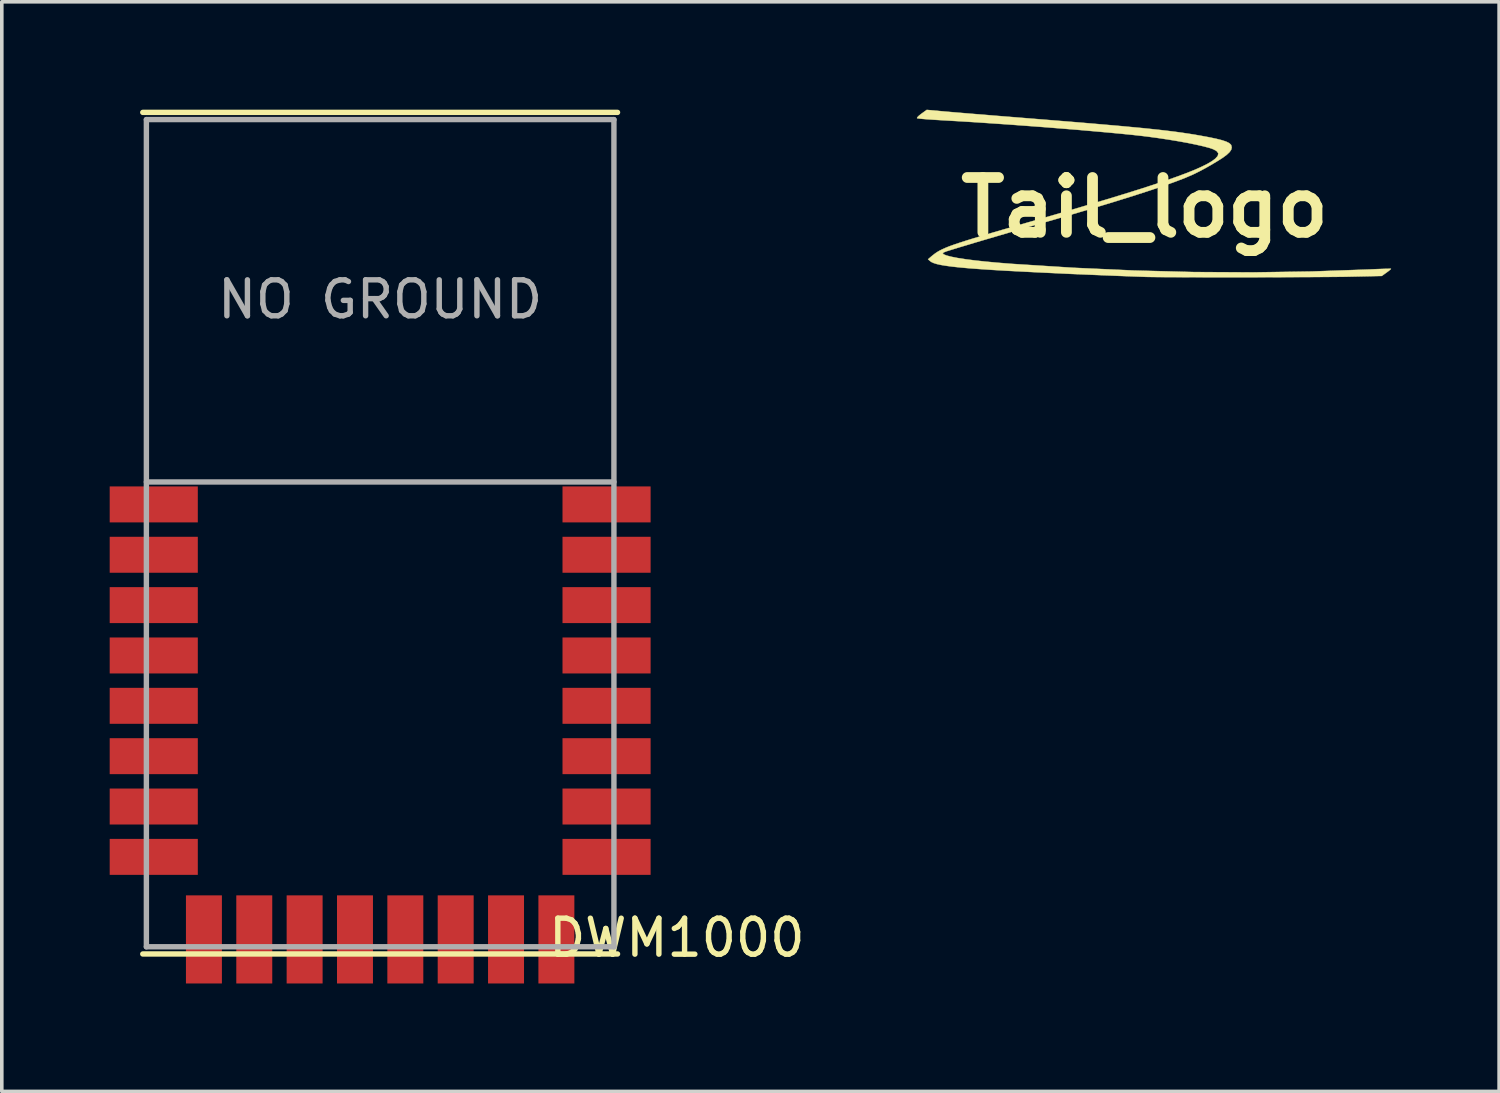
<source format=kicad_pcb>
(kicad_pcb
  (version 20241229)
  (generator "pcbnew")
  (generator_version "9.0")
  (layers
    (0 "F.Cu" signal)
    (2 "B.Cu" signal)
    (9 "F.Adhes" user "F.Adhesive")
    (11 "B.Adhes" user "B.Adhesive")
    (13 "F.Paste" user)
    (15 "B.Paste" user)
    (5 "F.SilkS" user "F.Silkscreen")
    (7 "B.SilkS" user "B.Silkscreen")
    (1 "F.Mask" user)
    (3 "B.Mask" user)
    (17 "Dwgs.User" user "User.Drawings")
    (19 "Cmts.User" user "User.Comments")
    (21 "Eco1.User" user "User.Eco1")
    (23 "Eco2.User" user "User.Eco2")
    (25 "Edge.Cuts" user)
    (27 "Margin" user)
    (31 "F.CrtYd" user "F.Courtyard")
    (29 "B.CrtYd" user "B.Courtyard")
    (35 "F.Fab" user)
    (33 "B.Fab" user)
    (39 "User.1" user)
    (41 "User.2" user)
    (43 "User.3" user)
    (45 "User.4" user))
  (footprint "DWM1000"
    (layer "F.Cu")
    (at 7.52 11.775)
    (property "Reference" "DWM1000" (at 8.25 11.25 0) (layer "F.SilkS") (effects (font (size 1 1) (thickness 0.15))))
    (attr through_hole)
    (fp_line (start -6.6 11.7) (end 6.6 11.7) (stroke (width 0.15) (type solid)) (layer "F.SilkS"))
    (fp_line (start 6.6 -11.7) (end -6.6 -11.7) (stroke (width 0.15) (type solid)) (layer "F.SilkS"))
    (fp_line (start -6.5 -11.5) (end 6.5 -11.5) (stroke (width 0.15) (type solid)) (layer "F.Fab"))
    (fp_line (start -6.5 -1.425) (end 6.5 -1.425) (stroke (width 0.15) (type solid)) (layer "F.Fab"))
    (fp_line (start -6.5 11.5) (end -6.5 -11.5) (stroke (width 0.15) (type solid)) (layer "F.Fab"))
    (fp_line (start 6.5 -11.5) (end 6.5 11.5) (stroke (width 0.15) (type solid)) (layer "F.Fab"))
    (fp_line (start 6.5 11.5) (end -6.5 11.5) (stroke (width 0.15) (type solid)) (layer "F.Fab"))
    (fp_text user "NO GROUND" (at 0 -6.5 0) (layer "F.Fab") (effects (font (size 1 1) (thickness 0.15))))
    (pad "1" smd rect (at -6.295 -0.8) (size 2.45 1) (layers "F.Cu" "F.Mask" "F.Paste"))
    (pad "2" smd rect (at -6.295 0.6) (size 2.45 1) (layers "F.Cu" "F.Mask" "F.Paste"))
    (pad "3" smd rect (at -6.295 2) (size 2.45 1) (layers "F.Cu" "F.Mask" "F.Paste"))
    (pad "4" smd rect (at -6.295 3.4) (size 2.45 1) (layers "F.Cu" "F.Mask" "F.Paste"))
    (pad "5" smd rect (at -6.295 4.8) (size 2.45 1) (layers "F.Cu" "F.Mask" "F.Paste"))
    (pad "6" smd rect (at -6.295 6.2) (size 2.45 1) (layers "F.Cu" "F.Mask" "F.Paste"))
    (pad "7" smd rect (at -6.295 7.6) (size 2.45 1) (layers "F.Cu" "F.Mask" "F.Paste"))
    (pad "8" smd rect (at -6.295 9) (size 2.45 1) (layers "F.Cu" "F.Mask" "F.Paste"))
    (pad "9" smd rect (at -4.9 11.295) (size 1 2.45) (layers "F.Cu" "F.Mask" "F.Paste"))
    (pad "10" smd rect (at -3.5 11.295) (size 1 2.45) (layers "F.Cu" "F.Mask" "F.Paste"))
    (pad "11" smd rect (at -2.1 11.295) (size 1 2.45) (layers "F.Cu" "F.Mask" "F.Paste"))
    (pad "12" smd rect (at -0.7 11.295) (size 1 2.45) (layers "F.Cu" "F.Mask" "F.Paste"))
    (pad "13" smd rect (at 0.7 11.295) (size 1 2.45) (layers "F.Cu" "F.Mask" "F.Paste"))
    (pad "14" smd rect (at 2.1 11.295) (size 1 2.45) (layers "F.Cu" "F.Mask" "F.Paste"))
    (pad "15" smd rect (at 3.5 11.295) (size 1 2.45) (layers "F.Cu" "F.Mask" "F.Paste"))
    (pad "16" smd rect (at 4.9 11.295) (size 1 2.45) (layers "F.Cu" "F.Mask" "F.Paste"))
    (pad "17" smd rect (at 6.295 9) (size 2.45 1) (layers "F.Cu" "F.Mask" "F.Paste"))
    (pad "18" smd rect (at 6.295 7.6) (size 2.45 1) (layers "F.Cu" "F.Mask" "F.Paste"))
    (pad "19" smd rect (at 6.295 6.2) (size 2.45 1) (layers "F.Cu" "F.Mask" "F.Paste"))
    (pad "20" smd rect (at 6.295 4.8) (size 2.45 1) (layers "F.Cu" "F.Mask" "F.Paste"))
    (pad "21" smd rect (at 6.295 3.4) (size 2.45 1) (layers "F.Cu" "F.Mask" "F.Paste"))
    (pad "22" smd rect (at 6.295 2) (size 2.45 1) (layers "F.Cu" "F.Mask" "F.Paste"))
    (pad "23" smd rect (at 6.295 0.6) (size 2.45 1) (layers "F.Cu" "F.Mask" "F.Paste"))
    (pad "24" smd rect (at 6.295 -0.8) (size 2.45 1) (layers "F.Cu" "F.Mask" "F.Paste")))
  (footprint "Tail_logo"
    (layer "F.Cu")
    (at 28.778 2.72)
    (property "Reference" "Tail_logo" (at 0 0 0) (layer "F.SilkS") (effects (font (size 1.524 1.524) (thickness 0.3))))
    (attr through_hole)
    (fp_poly (pts (xy -5.549 -2.669) (xy -5.422 -2.658) (xy -5.246 -2.643) (xy -5.029 -2.625) (xy -4.777 -2.604) (xy -4.499 -2.582) (xy -4.201 -2.557) (xy -3.892 -2.532) (xy -3.578 -2.507) (xy -3.443 -2.496) (xy -2.859 -2.449) (xy -2.329 -2.406) (xy -1.847 -2.367) (xy -1.411 -2.33) (xy -1.018 -2.296) (xy -0.664 -2.265) (xy -0.344 -2.235) (xy -0.057 -2.208) (xy 0.202 -2.181) (xy 0.436 -2.156) (xy 0.649 -2.131) (xy 0.843 -2.107) (xy 1.024 -2.082) (xy 1.193 -2.057) (xy 1.355 -2.032) (xy 1.51 -2.005) (xy 1.773 -1.957) (xy 1.984 -1.913) (xy 2.147 -1.872) (xy 2.267 -1.832) (xy 2.349 -1.791) (xy 2.395 -1.75) (xy 2.405 -1.734) (xy 2.42 -1.672) (xy 2.406 -1.609) (xy 2.36 -1.541) (xy 2.277 -1.463) (xy 2.153 -1.373) (xy 1.984 -1.267) (xy 1.82 -1.17) (xy 1.682 -1.092) (xy 1.536 -1.014) (xy 1.403 -0.947) (xy 1.336 -0.915) (xy 1.129 -0.826) (xy 0.867 -0.725) (xy 0.551 -0.612) (xy 0.18 -0.486) (xy -0.243 -0.349) (xy -0.721 -0.199) (xy -1.251 -0.037) (xy -1.834 0.136) (xy -2.47 0.322) (xy -2.822 0.423) (xy -3.135 0.513) (xy -3.457 0.606) (xy -3.781 0.7) (xy -4.1 0.794) (xy -4.407 0.884) (xy -4.695 0.969) (xy -4.956 1.048) (xy -5.184 1.116) (xy -5.372 1.174) (xy -5.51 1.217) (xy -5.577 1.243) (xy -5.614 1.266) (xy -5.616 1.27) (xy -5.589 1.302) (xy -5.508 1.335) (xy -5.377 1.369) (xy -5.199 1.404) (xy -4.978 1.438) (xy -4.716 1.472) (xy -4.417 1.504) (xy -4.084 1.535) (xy -3.72 1.564) (xy -3.711 1.565) (xy -1.984 1.675) (xy -0.294 1.751) (xy 1.368 1.794) (xy 3.011 1.803) (xy 4.643 1.778) (xy 6.235 1.722) (xy 6.414 1.714) (xy 6.572 1.708) (xy 6.702 1.704) (xy 6.796 1.702) (xy 6.844 1.702) (xy 6.849 1.703) (xy 6.833 1.723) (xy 6.782 1.765) (xy 6.725 1.807) (xy 6.592 1.903) (xy 5.674 1.923) (xy 5.522 1.926) (xy 5.324 1.928) (xy 5.085 1.93) (xy 4.81 1.932) (xy 4.506 1.934) (xy 4.178 1.935) (xy 3.83 1.937) (xy 3.469 1.938) (xy 3.099 1.939) (xy 2.727 1.939) (xy 2.357 1.939) (xy 1.996 1.939) (xy 1.647 1.939) (xy 1.318 1.938) (xy 1.012 1.937) (xy 0.737 1.936) (xy 0.496 1.935) (xy 0.296 1.933) (xy 0.142 1.931) (xy 0.042 1.929) (xy -0.329 1.916) (xy -0.743 1.9) (xy -1.188 1.882) (xy -1.651 1.863) (xy -2.12 1.843) (xy -2.58 1.821) (xy -2.921 1.805) (xy -3.415 1.78) (xy -3.854 1.757) (xy -4.244 1.734) (xy -4.585 1.711) (xy -4.881 1.689) (xy -5.136 1.666) (xy -5.351 1.643) (xy -5.529 1.619) (xy -5.674 1.595) (xy -5.788 1.569) (xy -5.875 1.541) (xy -5.936 1.512) (xy -5.962 1.493) (xy -6.025 1.439) (xy -5.941 1.367) (xy -5.887 1.323) (xy -5.833 1.281) (xy -5.776 1.242) (xy -5.712 1.204) (xy -5.638 1.166) (xy -5.549 1.126) (xy -5.444 1.083) (xy -5.317 1.037) (xy -5.166 0.986) (xy -4.987 0.928) (xy -4.778 0.863) (xy -4.533 0.789) (xy -4.25 0.705) (xy -3.925 0.61) (xy -3.556 0.503) (xy -3.137 0.383) (xy -2.85 0.3) (xy -2.206 0.114) (xy -1.614 -0.06) (xy -1.074 -0.221) (xy -0.583 -0.371) (xy -0.141 -0.509) (xy 0.255 -0.637) (xy 0.607 -0.756) (xy 0.916 -0.865) (xy 1.184 -0.965) (xy 1.412 -1.057) (xy 1.602 -1.143) (xy 1.756 -1.221) (xy 1.876 -1.293) (xy 1.964 -1.359) (xy 2.02 -1.421) (xy 2.034 -1.442) (xy 2.046 -1.507) (xy 2.005 -1.565) (xy 1.911 -1.619) (xy 1.906 -1.621) (xy 1.792 -1.66) (xy 1.63 -1.703) (xy 1.428 -1.749) (xy 1.193 -1.797) (xy 0.933 -1.844) (xy 0.656 -1.89) (xy 0.369 -1.933) (xy 0.081 -1.972) (xy -0.042 -1.987) (xy -0.319 -2.018) (xy -0.646 -2.051) (xy -1.016 -2.086) (xy -1.422 -2.122) (xy -1.858 -2.16) (xy -2.316 -2.197) (xy -2.791 -2.235) (xy -3.275 -2.271) (xy -3.762 -2.307) (xy -4.245 -2.34) (xy -4.718 -2.372) (xy -5.173 -2.4) (xy -5.604 -2.425) (xy -5.687 -2.43) (xy -5.869 -2.441) (xy -6.032 -2.452) (xy -6.167 -2.463) (xy -6.267 -2.473) (xy -6.322 -2.481) (xy -6.331 -2.484) (xy -6.322 -2.509) (xy -6.276 -2.555) (xy -6.207 -2.609) (xy -6.06 -2.715) (xy -5.549 -2.669)) (stroke (width 0.01) (type solid)) (fill yes) (layer "F.SilkS")))
  (gr_rect
    (start -3 -3)
    (end 38.632 27.295)
    (stroke (width 0.1) (type default))
    (fill no)
    (layer "Edge.Cuts")))
</source>
